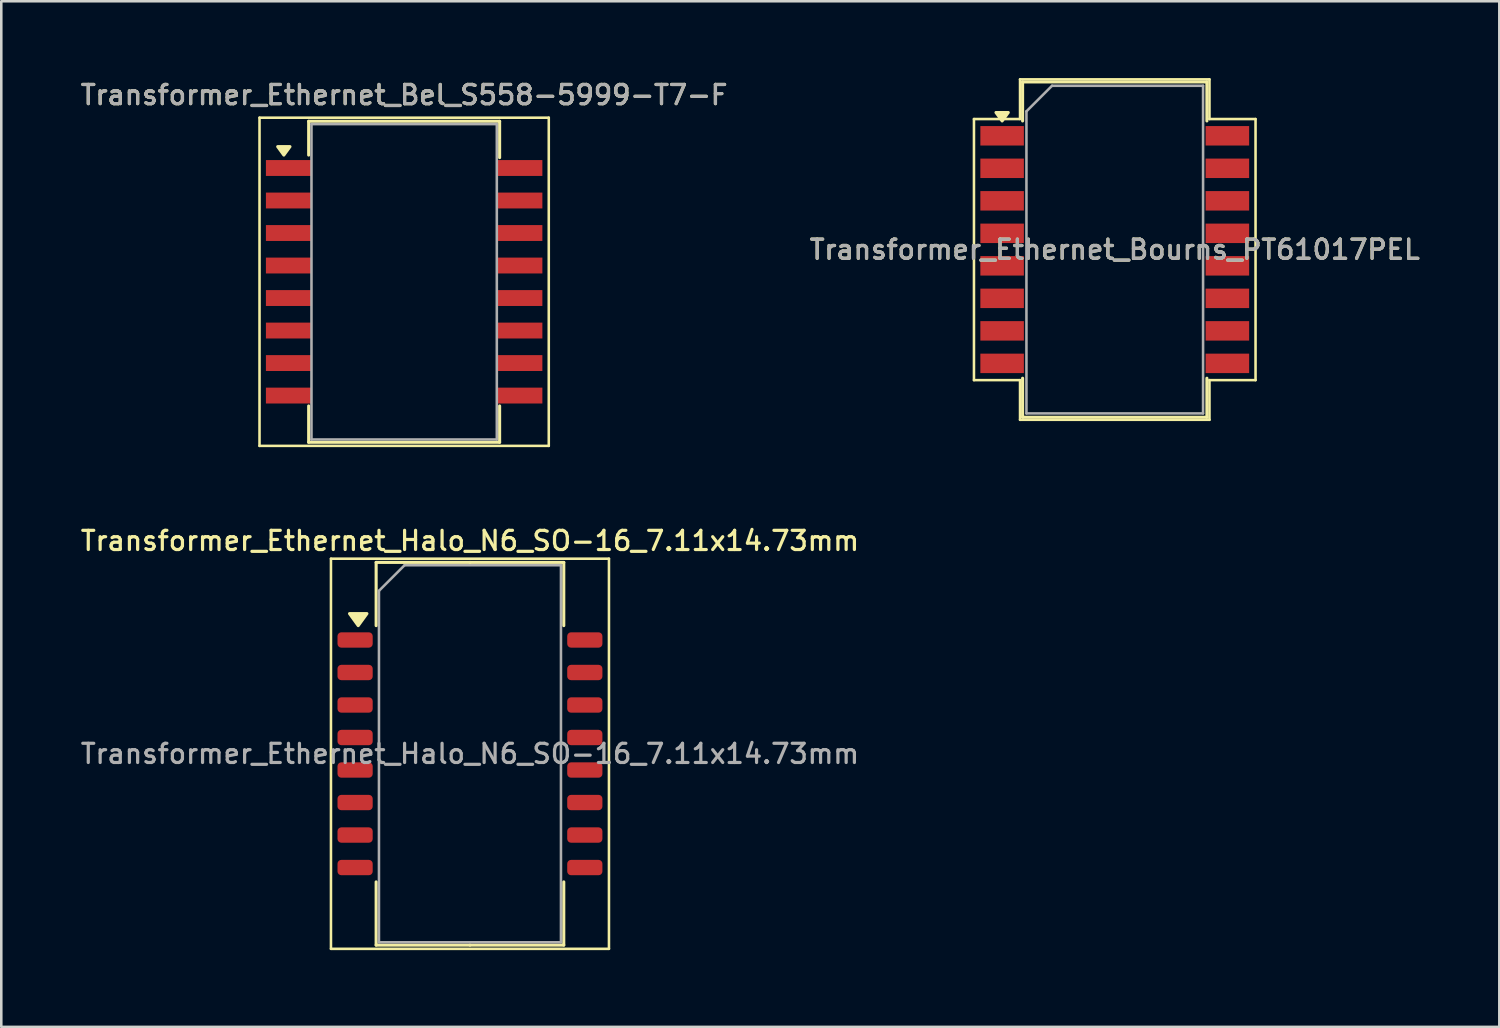
<source format=kicad_pcb>
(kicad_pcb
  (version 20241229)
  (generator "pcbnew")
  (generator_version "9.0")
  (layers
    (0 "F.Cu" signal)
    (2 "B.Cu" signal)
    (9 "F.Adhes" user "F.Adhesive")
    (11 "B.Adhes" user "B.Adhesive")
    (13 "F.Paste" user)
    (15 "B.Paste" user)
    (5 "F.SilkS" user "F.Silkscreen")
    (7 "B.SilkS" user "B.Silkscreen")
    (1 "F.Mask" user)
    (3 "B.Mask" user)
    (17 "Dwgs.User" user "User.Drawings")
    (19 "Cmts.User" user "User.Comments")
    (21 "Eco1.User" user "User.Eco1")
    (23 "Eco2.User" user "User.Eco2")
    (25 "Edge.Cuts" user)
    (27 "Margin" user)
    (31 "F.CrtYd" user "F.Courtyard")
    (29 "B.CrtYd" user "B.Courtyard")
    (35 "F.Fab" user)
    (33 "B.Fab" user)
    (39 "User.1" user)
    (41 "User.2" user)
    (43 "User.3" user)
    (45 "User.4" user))
  (footprint "Transformer_Ethernet_Halo_N6_SO-16_7.11x14.73mm"
    (layer "F.Cu")
    (at 15.309 26.396)
    (property "Reference" "Transformer_Ethernet_Halo_N6_SO-16_7.11x14.73mm" (at 0 -8.32 0) (layer "F.SilkS") (effects (font (size 0.75 0.75) (thickness 0.125))))
    (attr smd)
    (fp_line (start -5.43 -7.62) (end -5.43 7.62) (stroke (width 0.1) (type solid)) (layer "F.SilkS"))
    (fp_line (start -5.43 7.62) (end 5.43 7.62) (stroke (width 0.1) (type solid)) (layer "F.SilkS"))
    (fp_line (start -3.665 -7.475) (end -3.665 -5.005) (stroke (width 0.12) (type solid)) (layer "F.SilkS"))
    (fp_line (start -3.665 7.475) (end -3.665 5.005) (stroke (width 0.12) (type solid)) (layer "F.SilkS"))
    (fp_line (start 0 -7.475) (end -3.665 -7.475) (stroke (width 0.12) (type solid)) (layer "F.SilkS"))
    (fp_line (start 0 -7.475) (end 3.665 -7.475) (stroke (width 0.12) (type solid)) (layer "F.SilkS"))
    (fp_line (start 0 7.475) (end -3.665 7.475) (stroke (width 0.12) (type solid)) (layer "F.SilkS"))
    (fp_line (start 0 7.475) (end 3.665 7.475) (stroke (width 0.12) (type solid)) (layer "F.SilkS"))
    (fp_line (start 3.665 -7.475) (end 3.665 -5.005) (stroke (width 0.12) (type solid)) (layer "F.SilkS"))
    (fp_line (start 3.665 7.475) (end 3.665 5.005) (stroke (width 0.12) (type solid)) (layer "F.SilkS"))
    (fp_line (start 5.43 -7.62) (end -5.43 -7.62) (stroke (width 0.1) (type solid)) (layer "F.SilkS"))
    (fp_line (start 5.43 7.62) (end 5.43 -7.62) (stroke (width 0.1) (type solid)) (layer "F.SilkS"))
    (fp_poly (pts (xy -4.365 -5.005) (xy -4.705 -5.475) (xy -4.025 -5.475) (xy -4.365 -5.005)) (stroke (width 0.12) (type solid)) (fill yes) (layer "F.SilkS"))
    (fp_line (start -3.555 -6.365) (end -2.555 -7.365) (stroke (width 0.1) (type solid)) (layer "F.Fab"))
    (fp_line (start -3.555 7.365) (end -3.555 -6.365) (stroke (width 0.1) (type solid)) (layer "F.Fab"))
    (fp_line (start -2.555 -7.365) (end 3.555 -7.365) (stroke (width 0.1) (type solid)) (layer "F.Fab"))
    (fp_line (start 3.555 -7.365) (end 3.555 7.365) (stroke (width 0.1) (type solid)) (layer "F.Fab"))
    (fp_line (start 3.555 7.365) (end -3.555 7.365) (stroke (width 0.1) (type solid)) (layer "F.Fab"))
    (fp_text user "${REFERENCE}" (at 0 0 0) (layer "F.Fab") (effects (font (size 0.75 0.75) (thickness 0.125))))
    (pad "1" smd roundrect (at -4.487 -4.445) (size 1.375 0.6) (layers "F.Cu" "F.Mask" "F.Paste") (roundrect_rratio 0.25))
    (pad "2" smd roundrect (at -4.487 -3.175) (size 1.375 0.6) (layers "F.Cu" "F.Mask" "F.Paste") (roundrect_rratio 0.25))
    (pad "3" smd roundrect (at -4.487 -1.905) (size 1.375 0.6) (layers "F.Cu" "F.Mask" "F.Paste") (roundrect_rratio 0.25))
    (pad "4" smd roundrect (at -4.487 -0.635) (size 1.375 0.6) (layers "F.Cu" "F.Mask" "F.Paste") (roundrect_rratio 0.25))
    (pad "5" smd roundrect (at -4.487 0.635) (size 1.375 0.6) (layers "F.Cu" "F.Mask" "F.Paste") (roundrect_rratio 0.25))
    (pad "6" smd roundrect (at -4.487 1.905) (size 1.375 0.6) (layers "F.Cu" "F.Mask" "F.Paste") (roundrect_rratio 0.25))
    (pad "7" smd roundrect (at -4.487 3.175) (size 1.375 0.6) (layers "F.Cu" "F.Mask" "F.Paste") (roundrect_rratio 0.25))
    (pad "8" smd roundrect (at -4.487 4.445) (size 1.375 0.6) (layers "F.Cu" "F.Mask" "F.Paste") (roundrect_rratio 0.25))
    (pad "9" smd roundrect (at 4.487 4.445) (size 1.375 0.6) (layers "F.Cu" "F.Mask" "F.Paste") (roundrect_rratio 0.25))
    (pad "10" smd roundrect (at 4.487 3.175) (size 1.375 0.6) (layers "F.Cu" "F.Mask" "F.Paste") (roundrect_rratio 0.25))
    (pad "11" smd roundrect (at 4.487 1.905) (size 1.375 0.6) (layers "F.Cu" "F.Mask" "F.Paste") (roundrect_rratio 0.25))
    (pad "12" smd roundrect (at 4.487 0.635) (size 1.375 0.6) (layers "F.Cu" "F.Mask" "F.Paste") (roundrect_rratio 0.25))
    (pad "13" smd roundrect (at 4.487 -0.635) (size 1.375 0.6) (layers "F.Cu" "F.Mask" "F.Paste") (roundrect_rratio 0.25))
    (pad "14" smd roundrect (at 4.487 -1.905) (size 1.375 0.6) (layers "F.Cu" "F.Mask" "F.Paste") (roundrect_rratio 0.25))
    (pad "15" smd roundrect (at 4.487 -3.175) (size 1.375 0.6) (layers "F.Cu" "F.Mask" "F.Paste") (roundrect_rratio 0.25))
    (pad "16" smd roundrect (at 4.487 -4.445) (size 1.375 0.6) (layers "F.Cu" "F.Mask" "F.Paste") (roundrect_rratio 0.25)))
  (footprint "Transformer_Ethernet_Bourns_PT61017PEL"
    (layer "F.Cu")
    (at 40.498 6.7)
    (property "Reference" "Transformer_Ethernet_Bourns_PT61017PEL" (at 0 0 0) (layer "F.SilkS") (effects (font (size 0.75 0.75) (thickness 0.125))))
    (attr smd)
    (fp_line (start -5.5 -5.1) (end -5.5 5.1) (stroke (width 0.1) (type solid)) (layer "F.SilkS"))
    (fp_line (start -5.5 5.1) (end -3.7 5.1) (stroke (width 0.1) (type solid)) (layer "F.SilkS"))
    (fp_line (start -3.7 -6.65) (end 3.7 -6.65) (stroke (width 0.1) (type solid)) (layer "F.SilkS"))
    (fp_line (start -3.7 -5.1) (end -5.5 -5.1) (stroke (width 0.1) (type solid)) (layer "F.SilkS"))
    (fp_line (start -3.7 -5.1) (end -3.7 -6.65) (stroke (width 0.1) (type solid)) (layer "F.SilkS"))
    (fp_line (start -3.7 5.1) (end -3.7 6.65) (stroke (width 0.1) (type solid)) (layer "F.SilkS"))
    (fp_line (start -3.7 6.65) (end 3.7 6.65) (stroke (width 0.1) (type solid)) (layer "F.SilkS"))
    (fp_line (start -3.6 -6.55) (end 3.6 -6.55) (stroke (width 0.12) (type solid)) (layer "F.SilkS"))
    (fp_line (start -3.6 -5.025) (end -3.6 -6.55) (stroke (width 0.12) (type solid)) (layer "F.SilkS"))
    (fp_line (start -3.6 5.025) (end -3.6 6.55) (stroke (width 0.12) (type solid)) (layer "F.SilkS"))
    (fp_line (start -3.6 6.55) (end 3.6 6.55) (stroke (width 0.12) (type solid)) (layer "F.SilkS"))
    (fp_line (start 3.6 -6.55) (end 3.6 -5.025) (stroke (width 0.12) (type solid)) (layer "F.SilkS"))
    (fp_line (start 3.6 6.55) (end 3.6 5.025) (stroke (width 0.12) (type solid)) (layer "F.SilkS"))
    (fp_line (start 3.7 -5.1) (end 3.7 -6.65) (stroke (width 0.1) (type solid)) (layer "F.SilkS"))
    (fp_line (start 3.7 5.1) (end 5.5 5.1) (stroke (width 0.1) (type solid)) (layer "F.SilkS"))
    (fp_line (start 3.7 6.65) (end 3.7 5.1) (stroke (width 0.1) (type solid)) (layer "F.SilkS"))
    (fp_line (start 5.5 -5.1) (end 3.7 -5.1) (stroke (width 0.1) (type solid)) (layer "F.SilkS"))
    (fp_line (start 5.5 5.1) (end 5.5 -5.1) (stroke (width 0.1) (type solid)) (layer "F.SilkS"))
    (fp_poly (pts (xy -4.4 -5.025) (xy -4.64 -5.355) (xy -4.16 -5.355) (xy -4.4 -5.025)) (stroke (width 0.12) (type solid)) (fill yes) (layer "F.SilkS"))
    (fp_line (start -3.45 -5.4) (end -3.45 6.4) (stroke (width 0.1) (type solid)) (layer "F.Fab"))
    (fp_line (start -3.45 6.4) (end 3.45 6.4) (stroke (width 0.1) (type solid)) (layer "F.Fab"))
    (fp_line (start -2.45 -6.4) (end -3.45 -5.4) (stroke (width 0.1) (type solid)) (layer "F.Fab"))
    (fp_line (start 3.45 -6.4) (end -2.45 -6.4) (stroke (width 0.1) (type solid)) (layer "F.Fab"))
    (fp_line (start 3.45 6.4) (end 3.45 -6.4) (stroke (width 0.1) (type solid)) (layer "F.Fab"))
    (fp_text user "${REFERENCE}" (at 0 0 0) (layer "F.Fab") (effects (font (size 0.75 0.75) (thickness 0.125))))
    (pad "1" smd rect (at -4.4 -4.445) (size 1.7 0.76) (layers "F.Cu" "F.Mask" "F.Paste"))
    (pad "2" smd rect (at -4.4 -3.175) (size 1.7 0.76) (layers "F.Cu" "F.Mask" "F.Paste"))
    (pad "3" smd rect (at -4.4 -1.905) (size 1.7 0.76) (layers "F.Cu" "F.Mask" "F.Paste"))
    (pad "4" smd rect (at -4.4 -0.635) (size 1.7 0.76) (layers "F.Cu" "F.Mask" "F.Paste"))
    (pad "5" smd rect (at -4.4 0.635) (size 1.7 0.76) (layers "F.Cu" "F.Mask" "F.Paste"))
    (pad "6" smd rect (at -4.4 1.905) (size 1.7 0.76) (layers "F.Cu" "F.Mask" "F.Paste"))
    (pad "7" smd rect (at -4.4 3.175) (size 1.7 0.76) (layers "F.Cu" "F.Mask" "F.Paste"))
    (pad "8" smd rect (at -4.4 4.445) (size 1.7 0.76) (layers "F.Cu" "F.Mask" "F.Paste"))
    (pad "9" smd rect (at 4.4 4.445) (size 1.7 0.76) (layers "F.Cu" "F.Mask" "F.Paste"))
    (pad "10" smd rect (at 4.4 3.175) (size 1.7 0.76) (layers "F.Cu" "F.Mask" "F.Paste"))
    (pad "11" smd rect (at 4.4 1.905) (size 1.7 0.76) (layers "F.Cu" "F.Mask" "F.Paste"))
    (pad "12" smd rect (at 4.4 0.635) (size 1.7 0.76) (layers "F.Cu" "F.Mask" "F.Paste"))
    (pad "13" smd rect (at 4.4 -0.635) (size 1.7 0.76) (layers "F.Cu" "F.Mask" "F.Paste"))
    (pad "14" smd rect (at 4.4 -1.905) (size 1.7 0.76) (layers "F.Cu" "F.Mask" "F.Paste"))
    (pad "15" smd rect (at 4.4 -3.175) (size 1.7 0.76) (layers "F.Cu" "F.Mask" "F.Paste"))
    (pad "16" smd rect (at 4.4 -4.445) (size 1.7 0.76) (layers "F.Cu" "F.Mask" "F.Paste")))
  (footprint "Transformer_Ethernet_Bel_S558-5999-T7-F"
    (layer "F.Cu")
    (at 12.738 7.958)
    (property "Reference" "Transformer_Ethernet_Bel_S558-5999-T7-F" (at 0 -7.3 0) (layer "F.SilkS") (effects (font (size 0.75 0.75) (thickness 0.125))))
    (attr smd)
    (fp_line (start -5.65 -6.41) (end -5.65 6.41) (stroke (width 0.1) (type solid)) (layer "F.SilkS"))
    (fp_line (start -5.65 -6.41) (end 5.65 -6.41) (stroke (width 0.1) (type solid)) (layer "F.SilkS"))
    (fp_line (start -5.65 6.41) (end 5.65 6.41) (stroke (width 0.1) (type solid)) (layer "F.SilkS"))
    (fp_line (start -3.73 -6.27) (end -3.73 -4.95) (stroke (width 0.12) (type solid)) (layer "F.SilkS"))
    (fp_line (start -3.73 -6.27) (end 3.73 -6.27) (stroke (width 0.12) (type solid)) (layer "F.SilkS"))
    (fp_line (start -3.73 6.27) (end -3.73 4.85) (stroke (width 0.12) (type solid)) (layer "F.SilkS"))
    (fp_line (start -3.73 6.27) (end 3.73 6.27) (stroke (width 0.12) (type solid)) (layer "F.SilkS"))
    (fp_line (start 3.73 -6.27) (end 3.73 -4.85) (stroke (width 0.12) (type solid)) (layer "F.SilkS"))
    (fp_line (start 3.73 6.27) (end 3.73 4.85) (stroke (width 0.12) (type solid)) (layer "F.SilkS"))
    (fp_line (start 5.65 -6.41) (end 5.65 6.41) (stroke (width 0.1) (type solid)) (layer "F.SilkS"))
    (fp_poly (pts (xy -4.7 -4.95) (xy -4.94 -5.28) (xy -4.46 -5.28) (xy -4.7 -4.95)) (stroke (width 0.12) (type solid)) (fill yes) (layer "F.SilkS"))
    (fp_line (start -3.62 -6.16) (end -3.62 6.16) (stroke (width 0.1) (type solid)) (layer "F.Fab"))
    (fp_line (start -3.62 -6.16) (end 3.62 -6.16) (stroke (width 0.1) (type solid)) (layer "F.Fab"))
    (fp_line (start -3.62 6.16) (end 3.62 6.16) (stroke (width 0.1) (type solid)) (layer "F.Fab"))
    (fp_line (start 3.62 -6.16) (end 3.62 6.16) (stroke (width 0.1) (type solid)) (layer "F.Fab"))
    (fp_text user "${REFERENCE}" (at 0 -7.3 0) (layer "F.Fab") (effects (font (size 0.75 0.75) (thickness 0.125))))
    (pad "1" smd rect (at -4.51 -4.445) (size 1.78 0.62) (layers "F.Cu" "F.Mask" "F.Paste"))
    (pad "2" smd rect (at -4.51 -3.175) (size 1.78 0.62) (layers "F.Cu" "F.Mask" "F.Paste"))
    (pad "3" smd rect (at -4.51 -1.905) (size 1.78 0.62) (layers "F.Cu" "F.Mask" "F.Paste"))
    (pad "4" smd rect (at -4.51 -0.635) (size 1.78 0.62) (layers "F.Cu" "F.Mask" "F.Paste"))
    (pad "5" smd rect (at -4.51 0.635) (size 1.78 0.62) (layers "F.Cu" "F.Mask" "F.Paste"))
    (pad "6" smd rect (at -4.51 1.905) (size 1.78 0.62) (layers "F.Cu" "F.Mask" "F.Paste"))
    (pad "7" smd rect (at -4.51 3.175) (size 1.78 0.62) (layers "F.Cu" "F.Mask" "F.Paste"))
    (pad "8" smd rect (at -4.51 4.445) (size 1.78 0.62) (layers "F.Cu" "F.Mask" "F.Paste"))
    (pad "9" smd rect (at 4.51 4.445) (size 1.78 0.62) (layers "F.Cu" "F.Mask" "F.Paste"))
    (pad "10" smd rect (at 4.51 3.175) (size 1.78 0.62) (layers "F.Cu" "F.Mask" "F.Paste"))
    (pad "11" smd rect (at 4.51 1.905) (size 1.78 0.62) (layers "F.Cu" "F.Mask" "F.Paste"))
    (pad "12" smd rect (at 4.51 0.635) (size 1.78 0.62) (layers "F.Cu" "F.Mask" "F.Paste"))
    (pad "13" smd rect (at 4.51 -0.635) (size 1.78 0.62) (layers "F.Cu" "F.Mask" "F.Paste"))
    (pad "14" smd rect (at 4.51 -1.905) (size 1.78 0.62) (layers "F.Cu" "F.Mask" "F.Paste"))
    (pad "15" smd rect (at 4.51 -3.175) (size 1.78 0.62) (layers "F.Cu" "F.Mask" "F.Paste"))
    (pad "16" smd rect (at 4.51 -4.445) (size 1.78 0.62) (layers "F.Cu" "F.Mask" "F.Paste")))
  (gr_rect
    (start -3 -3)
    (end 55.521 37.066)
    (stroke (width 0.1) (type default))
    (fill no)
    (layer "Edge.Cuts")))
</source>
